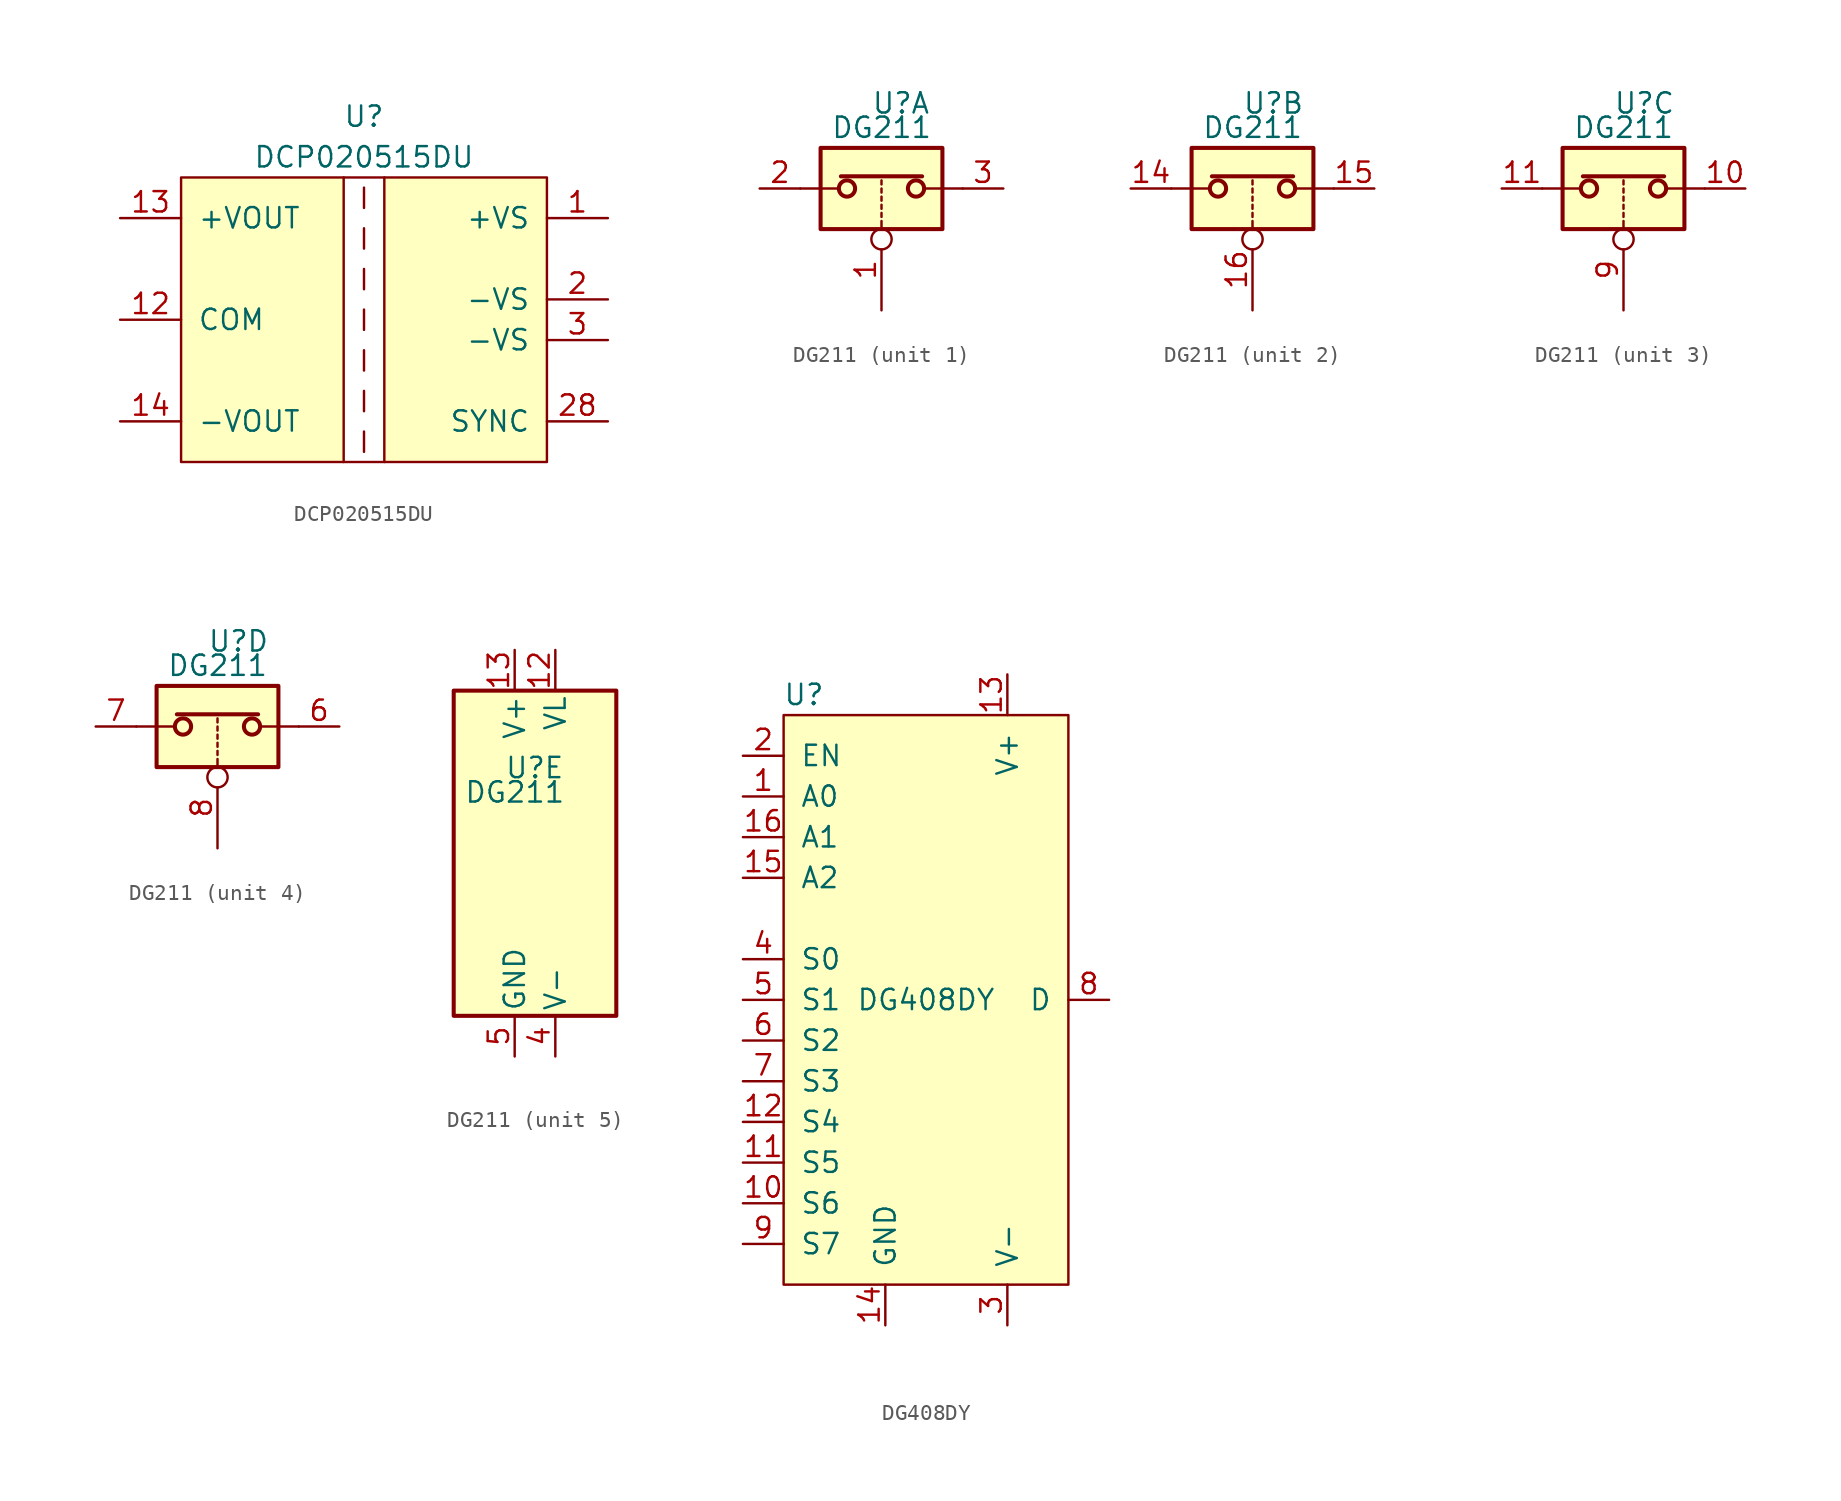
<source format=kicad_sym>
(kicad_symbol_lib
  (version 20220914)
  (generator kicad_symbol_editor)
  (symbol "DCP020515DU"
    (pin_names
      (offset 1.016))
    (property "Reference" "U"
      (at 0 12.7 0)
      (effects (font (size 1.27 1.27))))
    (property "Value" "DCP020515DU"
      (at 0 10.16 0)
      (effects (font (size 1.27 1.27))))
    (symbol "DCP020515DU_0_1"
      (rectangle (start -11.43 8.89) (end -1.27 -8.89) (stroke (width 0) (type default)) (fill (type background)))
      (polyline (pts (xy -1.27 -8.89) (xy 1.27 -8.89)) (stroke (width 0) (type default)) (fill (type none)))
      (polyline (pts (xy -1.27 8.89) (xy 1.27 8.89)) (stroke (width 0) (type default)) (fill (type none)))
      (polyline (pts (xy 0 -6.985) (xy 0 -8.255)) (stroke (width 0) (type default)) (fill (type none)))
      (polyline (pts (xy 0 -4.445) (xy 0 -5.715)) (stroke (width 0) (type default)) (fill (type none)))
      (polyline (pts (xy 0 -1.905) (xy 0 -3.175)) (stroke (width 0) (type default)) (fill (type none)))
      (polyline (pts (xy 0 0.635) (xy 0 -0.635)) (stroke (width 0) (type default)) (fill (type none)))
      (polyline (pts (xy 0 3.175) (xy 0 1.905)) (stroke (width 0) (type default)) (fill (type none)))
      (polyline (pts (xy 0 5.715) (xy 0 4.445)) (stroke (width 0) (type default)) (fill (type none)))
      (polyline (pts (xy 0 8.255) (xy 0 6.985)) (stroke (width 0) (type default)) (fill (type none))))
    (symbol "DCP020515DU_1_1"
      (rectangle (start 1.27 8.89) (end 11.43 -8.89) (stroke (width 0) (type default)) (fill (type background)))
      (pin passive line (at 15.24 6.35 180) (length 3.81) (name "+VS" (effects (font (size 1.27 1.27)))) (number "1" (effects (font (size 1.27 1.27)))))
      (pin passive line (at -15.24 0 0) (length 3.81) (name "COM" (effects (font (size 1.27 1.27)))) (number "12" (effects (font (size 1.27 1.27)))))
      (pin passive line (at -15.24 6.35 0) (length 3.81) (name "+VOUT" (effects (font (size 1.27 1.27)))) (number "13" (effects (font (size 1.27 1.27)))))
      (pin passive line (at -15.24 -6.35 0) (length 3.81) (name "-VOUT" (effects (font (size 1.27 1.27)))) (number "14" (effects (font (size 1.27 1.27)))))
      (pin passive line (at 15.24 1.27 180) (length 3.81) (name "-VS" (effects (font (size 1.27 1.27)))) (number "2" (effects (font (size 1.27 1.27)))))
      (pin passive line (at 15.24 -6.35 180) (length 3.81) (name "SYNC" (effects (font (size 1.27 1.27)))) (number "28" (effects (font (size 1.27 1.27)))))
      (pin passive line (at 15.24 -1.27 180) (length 3.81) (name "-VS" (effects (font (size 1.27 1.27)))) (number "3" (effects (font (size 1.27 1.27)))))))
  (symbol "DG211"
    (pin_names
      (offset 0.254))
    (property "Reference" "U"
      (at -0.635 5.334 0)
      (effects (font (size 1.27 1.27)) (justify left)))
    (property "Value" "DG211"
      (at -3.175 3.81 0)
      (effects (font (size 1.27 1.27)) (justify left)))
    (symbol "DG211_1_1"
      (rectangle (start -3.81 2.54) (end 3.81 -2.54) (stroke (width 0.254) (type default)) (fill (type background)))
      (circle (center -2.159 0) (radius 0.508) (stroke (width 0.254) (type default)) (fill (type none)))
      (polyline (pts (xy -5.08 0) (xy -2.794 0)) (stroke (width 0) (type default)) (fill (type none)))
      (polyline (pts (xy -2.54 0.762) (xy 2.54 0.762)) (stroke (width 0.254) (type default)) (fill (type none)))
      (polyline (pts (xy 0 -2.54) (xy 0 -2.032)) (stroke (width 0) (type default)) (fill (type none)))
      (polyline (pts (xy 0 -1.778) (xy 0 -1.524)) (stroke (width 0) (type default)) (fill (type none)))
      (polyline (pts (xy 0 -1.27) (xy 0 -1.016)) (stroke (width 0) (type default)) (fill (type none)))
      (polyline (pts (xy 0 -0.762) (xy 0 -0.508)) (stroke (width 0) (type default)) (fill (type none)))
      (polyline (pts (xy 0 -0.254) (xy 0 0)) (stroke (width 0) (type default)) (fill (type none)))
      (polyline (pts (xy 0 0.254) (xy 0 0.508)) (stroke (width 0) (type default)) (fill (type none)))
      (polyline (pts (xy 5.08 0) (xy 2.794 0)) (stroke (width 0) (type default)) (fill (type none)))
      (circle (center 2.159 0) (radius 0.508) (stroke (width 0.254) (type default)) (fill (type none)))
      (pin input inverted (at 0 -7.62 90) (length 5.08) (name "~" (effects (font (size 1.27 1.27)))) (number "1" (effects (font (size 1.27 1.27)))))
      (pin passive line (at -7.62 0 0) (length 2.54) (name "~" (effects (font (size 1.27 1.27)))) (number "2" (effects (font (size 1.27 1.27)))))
      (pin passive line (at 7.62 0 180) (length 2.54) (name "~" (effects (font (size 1.27 1.27)))) (number "3" (effects (font (size 1.27 1.27))))))
    (symbol "DG211_2_1"
      (rectangle (start -3.81 2.54) (end 3.81 -2.54) (stroke (width 0.254) (type default)) (fill (type background)))
      (circle (center -2.159 0) (radius 0.508) (stroke (width 0.254) (type default)) (fill (type none)))
      (polyline (pts (xy -5.08 0) (xy -2.794 0)) (stroke (width 0) (type default)) (fill (type none)))
      (polyline (pts (xy -2.54 0.762) (xy 2.54 0.762)) (stroke (width 0.254) (type default)) (fill (type none)))
      (polyline (pts (xy 0 -2.54) (xy 0 -2.032)) (stroke (width 0) (type default)) (fill (type none)))
      (polyline (pts (xy 0 -1.778) (xy 0 -1.524)) (stroke (width 0) (type default)) (fill (type none)))
      (polyline (pts (xy 0 -1.27) (xy 0 -1.016)) (stroke (width 0) (type default)) (fill (type none)))
      (polyline (pts (xy 0 -0.762) (xy 0 -0.508)) (stroke (width 0) (type default)) (fill (type none)))
      (polyline (pts (xy 0 -0.254) (xy 0 0)) (stroke (width 0) (type default)) (fill (type none)))
      (polyline (pts (xy 0 0.254) (xy 0 0.508)) (stroke (width 0) (type default)) (fill (type none)))
      (polyline (pts (xy 5.08 0) (xy 2.794 0)) (stroke (width 0) (type default)) (fill (type none)))
      (circle (center 2.159 0) (radius 0.508) (stroke (width 0.254) (type default)) (fill (type none)))
      (pin passive line (at -7.62 0 0) (length 2.54) (name "~" (effects (font (size 1.27 1.27)))) (number "14" (effects (font (size 1.27 1.27)))))
      (pin passive line (at 7.62 0 180) (length 2.54) (name "~" (effects (font (size 1.27 1.27)))) (number "15" (effects (font (size 1.27 1.27)))))
      (pin input inverted (at 0 -7.62 90) (length 5.08) (name "~" (effects (font (size 1.27 1.27)))) (number "16" (effects (font (size 1.27 1.27))))))
    (symbol "DG211_3_1"
      (rectangle (start -3.81 2.54) (end 3.81 -2.54) (stroke (width 0.254) (type default)) (fill (type background)))
      (circle (center -2.159 0) (radius 0.508) (stroke (width 0.254) (type default)) (fill (type none)))
      (polyline (pts (xy -5.08 0) (xy -2.794 0)) (stroke (width 0) (type default)) (fill (type none)))
      (polyline (pts (xy -2.54 0.762) (xy 2.54 0.762)) (stroke (width 0.254) (type default)) (fill (type none)))
      (polyline (pts (xy 0 -2.54) (xy 0 -2.032)) (stroke (width 0) (type default)) (fill (type none)))
      (polyline (pts (xy 0 -1.778) (xy 0 -1.524)) (stroke (width 0) (type default)) (fill (type none)))
      (polyline (pts (xy 0 -1.27) (xy 0 -1.016)) (stroke (width 0) (type default)) (fill (type none)))
      (polyline (pts (xy 0 -0.762) (xy 0 -0.508)) (stroke (width 0) (type default)) (fill (type none)))
      (polyline (pts (xy 0 -0.254) (xy 0 0)) (stroke (width 0) (type default)) (fill (type none)))
      (polyline (pts (xy 0 0.254) (xy 0 0.508)) (stroke (width 0) (type default)) (fill (type none)))
      (polyline (pts (xy 5.08 0) (xy 2.794 0)) (stroke (width 0) (type default)) (fill (type none)))
      (circle (center 2.159 0) (radius 0.508) (stroke (width 0.254) (type default)) (fill (type none)))
      (pin passive line (at 7.62 0 180) (length 2.54) (name "~" (effects (font (size 1.27 1.27)))) (number "10" (effects (font (size 1.27 1.27)))))
      (pin passive line (at -7.62 0 0) (length 2.54) (name "~" (effects (font (size 1.27 1.27)))) (number "11" (effects (font (size 1.27 1.27)))))
      (pin input inverted (at 0 -7.62 90) (length 5.08) (name "~" (effects (font (size 1.27 1.27)))) (number "9" (effects (font (size 1.27 1.27))))))
    (symbol "DG211_4_1"
      (rectangle (start -3.81 2.54) (end 3.81 -2.54) (stroke (width 0.254) (type default)) (fill (type background)))
      (circle (center -2.159 0) (radius 0.508) (stroke (width 0.254) (type default)) (fill (type none)))
      (polyline (pts (xy -5.08 0) (xy -2.794 0)) (stroke (width 0) (type default)) (fill (type none)))
      (polyline (pts (xy -2.54 0.762) (xy 2.54 0.762)) (stroke (width 0.254) (type default)) (fill (type none)))
      (polyline (pts (xy 0 -2.54) (xy 0 -2.032)) (stroke (width 0) (type default)) (fill (type none)))
      (polyline (pts (xy 0 -1.778) (xy 0 -1.524)) (stroke (width 0) (type default)) (fill (type none)))
      (polyline (pts (xy 0 -1.27) (xy 0 -1.016)) (stroke (width 0) (type default)) (fill (type none)))
      (polyline (pts (xy 0 -0.762) (xy 0 -0.508)) (stroke (width 0) (type default)) (fill (type none)))
      (polyline (pts (xy 0 -0.254) (xy 0 0)) (stroke (width 0) (type default)) (fill (type none)))
      (polyline (pts (xy 0 0.254) (xy 0 0.508)) (stroke (width 0) (type default)) (fill (type none)))
      (polyline (pts (xy 5.08 0) (xy 2.794 0)) (stroke (width 0) (type default)) (fill (type none)))
      (circle (center 2.159 0) (radius 0.508) (stroke (width 0.254) (type default)) (fill (type none)))
      (pin passive line (at 7.62 0 180) (length 2.54) (name "~" (effects (font (size 1.27 1.27)))) (number "6" (effects (font (size 1.27 1.27)))))
      (pin passive line (at -7.62 0 0) (length 2.54) (name "~" (effects (font (size 1.27 1.27)))) (number "7" (effects (font (size 1.27 1.27)))))
      (pin input inverted (at 0 -7.62 90) (length 5.08) (name "~" (effects (font (size 1.27 1.27)))) (number "8" (effects (font (size 1.27 1.27))))))
    (symbol "DG211_5_0"
      (pin no_connect line (at 2.54 10.16 270) (length 2.54) hide (name "NC" (effects (font (size 1.27 1.27)))) (number "12" (effects (font (size 1.27 1.27)))))
      (pin power_in line (at 0 12.7 270) (length 2.54) (name "V+" (effects (font (size 1.27 1.27)))) (number "13" (effects (font (size 1.27 1.27)))))
      (pin power_in line (at 2.54 -12.7 90) (length 2.54) (name "V-" (effects (font (size 1.27 1.27)))) (number "4" (effects (font (size 1.27 1.27)))))
      (pin power_in line (at 0 -12.7 90) (length 2.54) (name "GND" (effects (font (size 1.27 1.27)))) (number "5" (effects (font (size 1.27 1.27))))))
    (symbol "DG211_5_1"
      (rectangle (start -3.81 10.16) (end 6.35 -10.16) (stroke (width 0.254) (type default)) (fill (type background)))
      (pin passive line (at 2.54 12.7 270) (length 2.54) (name "VL" (effects (font (size 1.27 1.27)))) (number "12" (effects (font (size 1.27 1.27)))))))
  (symbol "DG408DY"
    (pin_names
      (offset 1.016))
    (property "Reference" "U"
      (at -7.62 19.05 0)
      (effects (font (size 1.27 1.27))))
    (property "Value" "DG408DY"
      (at 0 0 0)
      (effects (font (size 1.27 1.27))))
    (symbol "DG408DY_0_1"
      (rectangle (start -8.89 17.78) (end 8.89 -17.78) (stroke (width 0) (type default)) (fill (type background))))
    (symbol "DG408DY_1_1"
      (pin input line (at -11.43 12.7 0) (length 2.54) (name "A0" (effects (font (size 1.27 1.27)))) (number "1" (effects (font (size 1.27 1.27)))))
      (pin passive line (at -11.43 -12.7 0) (length 2.54) (name "S6" (effects (font (size 1.27 1.27)))) (number "10" (effects (font (size 1.27 1.27)))))
      (pin passive line (at -11.43 -10.16 0) (length 2.54) (name "S5" (effects (font (size 1.27 1.27)))) (number "11" (effects (font (size 1.27 1.27)))))
      (pin passive line (at -11.43 -7.62 0) (length 2.54) (name "S4" (effects (font (size 1.27 1.27)))) (number "12" (effects (font (size 1.27 1.27)))))
      (pin passive line (at 5.08 20.32 270) (length 2.54) (name "V+" (effects (font (size 1.27 1.27)))) (number "13" (effects (font (size 1.27 1.27)))))
      (pin passive line (at -2.54 -20.32 90) (length 2.54) (name "GND" (effects (font (size 1.27 1.27)))) (number "14" (effects (font (size 1.27 1.27)))))
      (pin input line (at -11.43 7.62 0) (length 2.54) (name "A2" (effects (font (size 1.27 1.27)))) (number "15" (effects (font (size 1.27 1.27)))))
      (pin input line (at -11.43 10.16 0) (length 2.54) (name "A1" (effects (font (size 1.27 1.27)))) (number "16" (effects (font (size 1.27 1.27)))))
      (pin input line (at -11.43 15.24 0) (length 2.54) (name "EN" (effects (font (size 1.27 1.27)))) (number "2" (effects (font (size 1.27 1.27)))))
      (pin passive line (at 5.08 -20.32 90) (length 2.54) (name "V-" (effects (font (size 1.27 1.27)))) (number "3" (effects (font (size 1.27 1.27)))))
      (pin passive line (at -11.43 2.54 0) (length 2.54) (name "S0" (effects (font (size 1.27 1.27)))) (number "4" (effects (font (size 1.27 1.27)))))
      (pin passive line (at -11.43 0 0) (length 2.54) (name "S1" (effects (font (size 1.27 1.27)))) (number "5" (effects (font (size 1.27 1.27)))))
      (pin passive line (at -11.43 -2.54 0) (length 2.54) (name "S2" (effects (font (size 1.27 1.27)))) (number "6" (effects (font (size 1.27 1.27)))))
      (pin passive line (at -11.43 -5.08 0) (length 2.54) (name "S3" (effects (font (size 1.27 1.27)))) (number "7" (effects (font (size 1.27 1.27)))))
      (pin bidirectional line (at 11.43 0 180) (length 2.54) (name "D" (effects (font (size 1.27 1.27)))) (number "8" (effects (font (size 1.27 1.27)))))
      (pin passive line (at -11.43 -15.24 0) (length 2.54) (name "S7" (effects (font (size 1.27 1.27)))) (number "9" (effects (font (size 1.27 1.27))))))))
</source>
